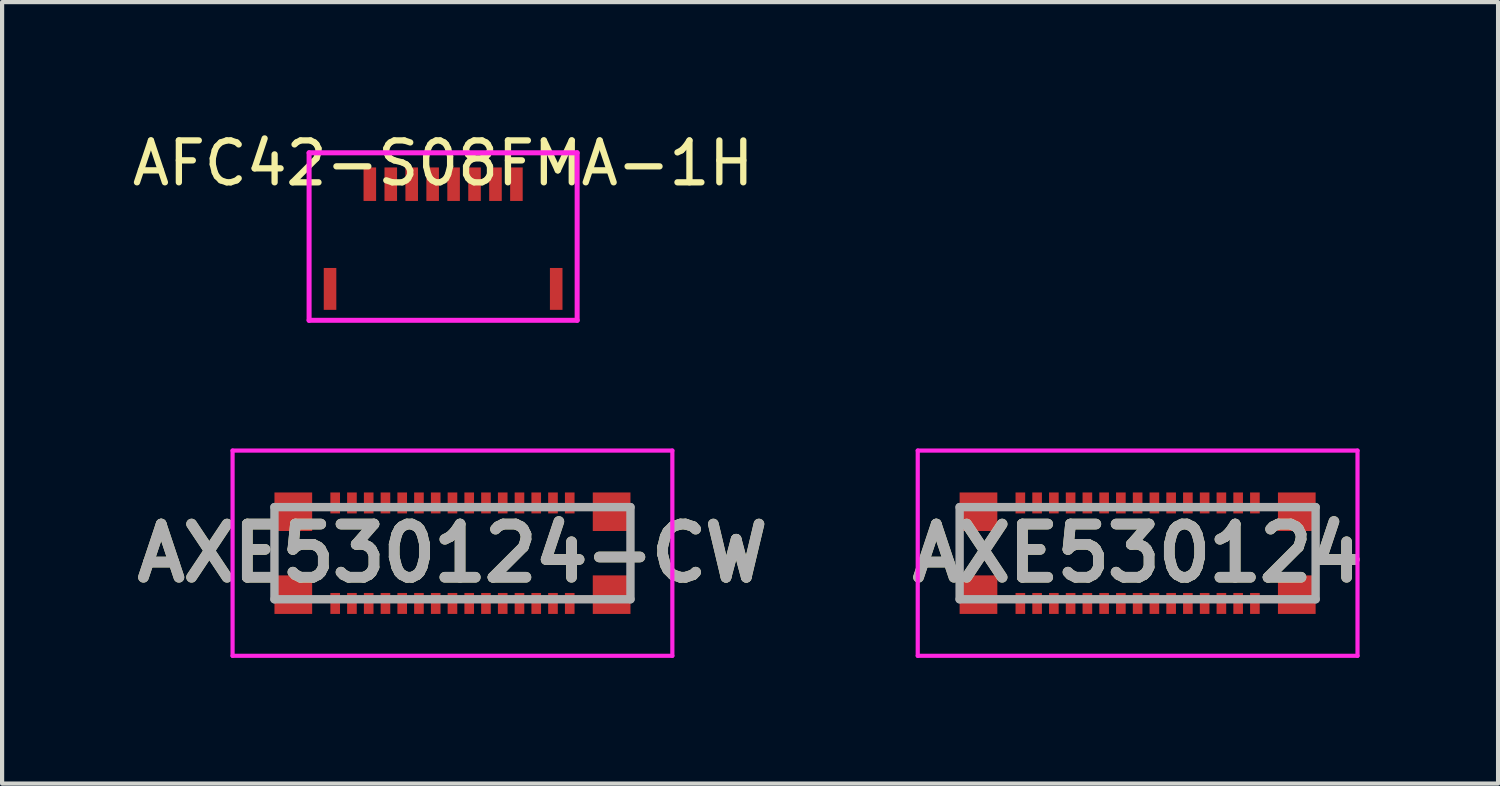
<source format=kicad_pcb>
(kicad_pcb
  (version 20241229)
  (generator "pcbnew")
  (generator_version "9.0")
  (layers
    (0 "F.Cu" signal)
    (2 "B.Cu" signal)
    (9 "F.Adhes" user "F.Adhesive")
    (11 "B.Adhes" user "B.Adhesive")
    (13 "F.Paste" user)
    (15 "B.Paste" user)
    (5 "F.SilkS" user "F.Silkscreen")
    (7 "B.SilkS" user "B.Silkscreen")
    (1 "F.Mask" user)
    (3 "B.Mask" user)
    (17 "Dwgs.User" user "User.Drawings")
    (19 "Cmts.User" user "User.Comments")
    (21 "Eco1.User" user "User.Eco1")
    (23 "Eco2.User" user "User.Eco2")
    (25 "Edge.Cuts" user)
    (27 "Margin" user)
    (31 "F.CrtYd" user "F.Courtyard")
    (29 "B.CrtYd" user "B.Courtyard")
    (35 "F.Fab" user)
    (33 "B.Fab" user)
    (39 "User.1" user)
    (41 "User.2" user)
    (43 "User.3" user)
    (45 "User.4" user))
  (footprint "AXE530124-CW"
    (layer "F.Cu")
    (at 7.753 10.158)
    (property "Reference" "AXE530124-CW" (at 0 0 0) (layer "F.SilkS") (effects (font (size 1.27 1.27) (thickness 0.254))))
    (attr smd)
    (fp_line (start -4.25 -0.3) (end -4.25 0.3) (stroke (width 0.1) (type solid)) (layer "F.SilkS"))
    (fp_line (start 4.25 -0.3) (end 4.25 0.3) (stroke (width 0.1) (type solid)) (layer "F.SilkS"))
    (fp_line (start -5.25 -2.45) (end 5.25 -2.45) (stroke (width 0.1) (type solid)) (layer "F.CrtYd"))
    (fp_line (start -5.25 2.45) (end -5.25 -2.45) (stroke (width 0.1) (type solid)) (layer "F.CrtYd"))
    (fp_line (start 5.25 -2.45) (end 5.25 2.45) (stroke (width 0.1) (type solid)) (layer "F.CrtYd"))
    (fp_line (start 5.25 2.45) (end -5.25 2.45) (stroke (width 0.1) (type solid)) (layer "F.CrtYd"))
    (fp_line (start -4.25 -1.1) (end 4.25 -1.1) (stroke (width 0.2) (type solid)) (layer "F.Fab"))
    (fp_line (start -4.25 1.1) (end -4.25 -1.1) (stroke (width 0.2) (type solid)) (layer "F.Fab"))
    (fp_line (start 4.25 -1.1) (end 4.25 1.1) (stroke (width 0.2) (type solid)) (layer "F.Fab"))
    (fp_line (start 4.25 1.1) (end -4.25 1.1) (stroke (width 0.2) (type solid)) (layer "F.Fab"))
    (fp_text user "${REFERENCE}" (at 0 0 0) (layer "F.Fab") (effects (font (size 1.27 1.27) (thickness 0.254))))
    (pad "1" smd rect (at -2.8 -1.2) (size 0.23 0.5) (layers "F.Cu" "F.Mask" "F.Paste"))
    (pad "2" smd rect (at -2.4 -1.2) (size 0.23 0.5) (layers "F.Cu" "F.Mask" "F.Paste"))
    (pad "3" smd rect (at -2 -1.2) (size 0.23 0.5) (layers "F.Cu" "F.Mask" "F.Paste"))
    (pad "4" smd rect (at -1.6 -1.2) (size 0.23 0.5) (layers "F.Cu" "F.Mask" "F.Paste"))
    (pad "5" smd rect (at -1.2 -1.2) (size 0.23 0.5) (layers "F.Cu" "F.Mask" "F.Paste"))
    (pad "6" smd rect (at -0.8 -1.2) (size 0.23 0.5) (layers "F.Cu" "F.Mask" "F.Paste"))
    (pad "7" smd rect (at -0.4 -1.2) (size 0.23 0.5) (layers "F.Cu" "F.Mask" "F.Paste"))
    (pad "8" smd rect (at 0 -1.2) (size 0.23 0.5) (layers "F.Cu" "F.Mask" "F.Paste"))
    (pad "9" smd rect (at 0.4 -1.2) (size 0.23 0.5) (layers "F.Cu" "F.Mask" "F.Paste"))
    (pad "10" smd rect (at 0.8 -1.2) (size 0.23 0.5) (layers "F.Cu" "F.Mask" "F.Paste"))
    (pad "11" smd rect (at 1.2 -1.2) (size 0.23 0.5) (layers "F.Cu" "F.Mask" "F.Paste"))
    (pad "12" smd rect (at 1.6 -1.2) (size 0.23 0.5) (layers "F.Cu" "F.Mask" "F.Paste"))
    (pad "13" smd rect (at 2 -1.2) (size 0.23 0.5) (layers "F.Cu" "F.Mask" "F.Paste"))
    (pad "14" smd rect (at 2.4 -1.2) (size 0.23 0.5) (layers "F.Cu" "F.Mask" "F.Paste"))
    (pad "15" smd rect (at 2.8 -1.2) (size 0.23 0.5) (layers "F.Cu" "F.Mask" "F.Paste"))
    (pad "16" smd rect (at 2.8 1.2) (size 0.23 0.5) (layers "F.Cu" "F.Mask" "F.Paste"))
    (pad "17" smd rect (at 2.4 1.2) (size 0.23 0.5) (layers "F.Cu" "F.Mask" "F.Paste"))
    (pad "18" smd rect (at 2 1.2) (size 0.23 0.5) (layers "F.Cu" "F.Mask" "F.Paste"))
    (pad "19" smd rect (at 1.6 1.2) (size 0.23 0.5) (layers "F.Cu" "F.Mask" "F.Paste"))
    (pad "20" smd rect (at 1.2 1.2) (size 0.23 0.5) (layers "F.Cu" "F.Mask" "F.Paste"))
    (pad "21" smd rect (at 0.8 1.2) (size 0.23 0.5) (layers "F.Cu" "F.Mask" "F.Paste"))
    (pad "22" smd rect (at 0.4 1.2) (size 0.23 0.5) (layers "F.Cu" "F.Mask" "F.Paste"))
    (pad "23" smd rect (at 0 1.2) (size 0.23 0.5) (layers "F.Cu" "F.Mask" "F.Paste"))
    (pad "24" smd rect (at -0.4 1.2) (size 0.23 0.5) (layers "F.Cu" "F.Mask" "F.Paste"))
    (pad "25" smd rect (at -0.8 1.2) (size 0.23 0.5) (layers "F.Cu" "F.Mask" "F.Paste"))
    (pad "26" smd rect (at -1.2 1.2) (size 0.23 0.5) (layers "F.Cu" "F.Mask" "F.Paste"))
    (pad "27" smd rect (at -1.6 1.2) (size 0.23 0.5) (layers "F.Cu" "F.Mask" "F.Paste"))
    (pad "28" smd rect (at -2 1.2) (size 0.23 0.5) (layers "F.Cu" "F.Mask" "F.Paste"))
    (pad "29" smd rect (at -2.4 1.2) (size 0.23 0.5) (layers "F.Cu" "F.Mask" "F.Paste"))
    (pad "30" smd rect (at -2.8 1.2) (size 0.23 0.5) (layers "F.Cu" "F.Mask" "F.Paste"))
    (pad "MP1" smd rect (at -3.8 -0.99) (size 0.9 0.92) (layers "F.Cu" "F.Mask" "F.Paste"))
    (pad "MP2" smd rect (at -3.8 0.99) (size 0.9 0.92) (layers "F.Cu" "F.Mask" "F.Paste"))
    (pad "MP3" smd rect (at 3.8 0.99) (size 0.9 0.92) (layers "F.Cu" "F.Mask" "F.Paste"))
    (pad "MP4" smd rect (at 3.8 -0.99) (size 0.9 0.92) (layers "F.Cu" "F.Mask" "F.Paste")))
  (footprint "AXE530124"
    (layer "F.Cu")
    (at 24.112 10.158)
    (property "Reference" "AXE530124" (at 0 0 0) (layer "F.SilkS") (effects (font (size 1.27 1.27) (thickness 0.254))))
    (attr smd)
    (fp_line (start -4.25 -0.3) (end -4.25 0.3) (stroke (width 0.1) (type solid)) (layer "F.SilkS"))
    (fp_line (start 4.25 -0.3) (end 4.25 0.3) (stroke (width 0.1) (type solid)) (layer "F.SilkS"))
    (fp_line (start -5.25 -2.45) (end 5.25 -2.45) (stroke (width 0.1) (type solid)) (layer "F.CrtYd"))
    (fp_line (start -5.25 2.45) (end -5.25 -2.45) (stroke (width 0.1) (type solid)) (layer "F.CrtYd"))
    (fp_line (start 5.25 -2.45) (end 5.25 2.45) (stroke (width 0.1) (type solid)) (layer "F.CrtYd"))
    (fp_line (start 5.25 2.45) (end -5.25 2.45) (stroke (width 0.1) (type solid)) (layer "F.CrtYd"))
    (fp_line (start -4.25 -1.1) (end 4.25 -1.1) (stroke (width 0.2) (type solid)) (layer "F.Fab"))
    (fp_line (start -4.25 1.1) (end -4.25 -1.1) (stroke (width 0.2) (type solid)) (layer "F.Fab"))
    (fp_line (start 4.25 -1.1) (end 4.25 1.1) (stroke (width 0.2) (type solid)) (layer "F.Fab"))
    (fp_line (start 4.25 1.1) (end -4.25 1.1) (stroke (width 0.2) (type solid)) (layer "F.Fab"))
    (fp_text user "${REFERENCE}" (at 0 0 0) (layer "F.Fab") (effects (font (size 1.27 1.27) (thickness 0.254))))
    (pad "1" smd rect (at -2.8 1.2) (size 0.23 0.5) (layers "F.Cu" "F.Mask" "F.Paste"))
    (pad "2" smd rect (at -2.8 -1.2) (size 0.23 0.5) (layers "F.Cu" "F.Mask" "F.Paste"))
    (pad "3" smd rect (at -2.4 1.2) (size 0.23 0.5) (layers "F.Cu" "F.Mask" "F.Paste"))
    (pad "4" smd rect (at -2.4 -1.2) (size 0.23 0.5) (layers "F.Cu" "F.Mask" "F.Paste"))
    (pad "5" smd rect (at -2 1.2) (size 0.23 0.5) (layers "F.Cu" "F.Mask" "F.Paste"))
    (pad "6" smd rect (at -2 -1.2) (size 0.23 0.5) (layers "F.Cu" "F.Mask" "F.Paste"))
    (pad "7" smd rect (at -1.6 1.2) (size 0.23 0.5) (layers "F.Cu" "F.Mask" "F.Paste"))
    (pad "8" smd rect (at -1.6 -1.2) (size 0.23 0.5) (layers "F.Cu" "F.Mask" "F.Paste"))
    (pad "9" smd rect (at -1.2 1.2) (size 0.23 0.5) (layers "F.Cu" "F.Mask" "F.Paste"))
    (pad "10" smd rect (at -1.2 -1.2) (size 0.23 0.5) (layers "F.Cu" "F.Mask" "F.Paste"))
    (pad "11" smd rect (at -0.8 1.2) (size 0.23 0.5) (layers "F.Cu" "F.Mask" "F.Paste"))
    (pad "12" smd rect (at -0.8 -1.2) (size 0.23 0.5) (layers "F.Cu" "F.Mask" "F.Paste"))
    (pad "13" smd rect (at -0.4 1.2) (size 0.23 0.5) (layers "F.Cu" "F.Mask" "F.Paste"))
    (pad "14" smd rect (at -0.4 -1.2) (size 0.23 0.5) (layers "F.Cu" "F.Mask" "F.Paste"))
    (pad "15" smd rect (at 0 1.2) (size 0.23 0.5) (layers "F.Cu" "F.Mask" "F.Paste"))
    (pad "16" smd rect (at 0 -1.2) (size 0.23 0.5) (layers "F.Cu" "F.Mask" "F.Paste"))
    (pad "17" smd rect (at 0.4 1.2) (size 0.23 0.5) (layers "F.Cu" "F.Mask" "F.Paste"))
    (pad "18" smd rect (at 0.4 -1.2) (size 0.23 0.5) (layers "F.Cu" "F.Mask" "F.Paste"))
    (pad "19" smd rect (at 0.8 1.2) (size 0.23 0.5) (layers "F.Cu" "F.Mask" "F.Paste"))
    (pad "20" smd rect (at 0.8 -1.2) (size 0.23 0.5) (layers "F.Cu" "F.Mask" "F.Paste"))
    (pad "21" smd rect (at 1.2 1.2) (size 0.23 0.5) (layers "F.Cu" "F.Mask" "F.Paste"))
    (pad "22" smd rect (at 1.2 -1.2) (size 0.23 0.5) (layers "F.Cu" "F.Mask" "F.Paste"))
    (pad "23" smd rect (at 1.6 1.2) (size 0.23 0.5) (layers "F.Cu" "F.Mask" "F.Paste"))
    (pad "24" smd rect (at 1.6 -1.2) (size 0.23 0.5) (layers "F.Cu" "F.Mask" "F.Paste"))
    (pad "25" smd rect (at 2 1.2) (size 0.23 0.5) (layers "F.Cu" "F.Mask" "F.Paste"))
    (pad "26" smd rect (at 2 -1.2) (size 0.23 0.5) (layers "F.Cu" "F.Mask" "F.Paste"))
    (pad "27" smd rect (at 2.4 1.2) (size 0.23 0.5) (layers "F.Cu" "F.Mask" "F.Paste"))
    (pad "28" smd rect (at 2.4 -1.2) (size 0.23 0.5) (layers "F.Cu" "F.Mask" "F.Paste"))
    (pad "29" smd rect (at 2.8 1.2) (size 0.23 0.5) (layers "F.Cu" "F.Mask" "F.Paste"))
    (pad "30" smd rect (at 2.8 -1.2) (size 0.23 0.5) (layers "F.Cu" "F.Mask" "F.Paste"))
    (pad "MP1" smd rect (at -3.8 -0.99) (size 0.9 0.92) (layers "F.Cu" "F.Mask" "F.Paste"))
    (pad "MP2" smd rect (at -3.8 0.99) (size 0.9 0.92) (layers "F.Cu" "F.Mask" "F.Paste"))
    (pad "MP3" smd rect (at 3.8 0.99) (size 0.9 0.92) (layers "F.Cu" "F.Mask" "F.Paste"))
    (pad "MP4" smd rect (at 3.8 -0.99) (size 0.9 0.92) (layers "F.Cu" "F.Mask" "F.Paste")))
  (footprint "AFC42-S08FMA-1H"
    (layer "F.Cu")
    (at 7.53 1.348)
    (property "Reference" "AFC42-S08FMA-1H" (at 0 -0.5 0) (unlocked yes) (layer "F.SilkS") (effects (font (size 1 1) (thickness 0.15))))
    (fp_line (start -3.2 -0.75) (end 3.2 -0.75) (stroke (width 0.12) (type solid)) (layer "F.CrtYd"))
    (fp_line (start -3.2 3.25) (end -3.2 -0.75) (stroke (width 0.12) (type solid)) (layer "F.CrtYd"))
    (fp_line (start 3.2 -0.75) (end 3.2 3.25) (stroke (width 0.12) (type solid)) (layer "F.CrtYd"))
    (fp_line (start 3.2 3.25) (end -3.2 3.25) (stroke (width 0.12) (type solid)) (layer "F.CrtYd"))
    (pad "1" smd rect (at 1.75 0) (size 0.3 0.8) (layers "F.Cu" "F.Mask" "F.Paste"))
    (pad "2" smd rect (at 1.25 0) (size 0.3 0.8) (layers "F.Cu" "F.Mask" "F.Paste"))
    (pad "3" smd rect (at 0.75 0) (size 0.3 0.8) (layers "F.Cu" "F.Mask" "F.Paste"))
    (pad "4" smd rect (at 0.25 0) (size 0.3 0.8) (layers "F.Cu" "F.Mask" "F.Paste"))
    (pad "5" smd rect (at -0.25 0) (size 0.3 0.8) (layers "F.Cu" "F.Mask" "F.Paste"))
    (pad "6" smd rect (at -0.75 0) (size 0.3 0.8) (layers "F.Cu" "F.Mask" "F.Paste"))
    (pad "7" smd rect (at -1.25 0) (size 0.3 0.8) (layers "F.Cu" "F.Mask" "F.Paste"))
    (pad "8" smd rect (at -1.75 0) (size 0.3 0.8) (layers "F.Cu" "F.Mask" "F.Paste"))
    (pad "MP1" smd rect (at 2.7 2.5) (size 0.3 1) (layers "F.Cu" "F.Mask" "F.Paste"))
    (pad "MP2" smd rect (at -2.7 2.5) (size 0.3 1) (layers "F.Cu" "F.Mask" "F.Paste")))
  (gr_rect
    (start -3 -3)
    (end 32.718 15.658)
    (stroke (width 0.1) (type default))
    (fill no)
    (layer "Edge.Cuts")))
</source>
